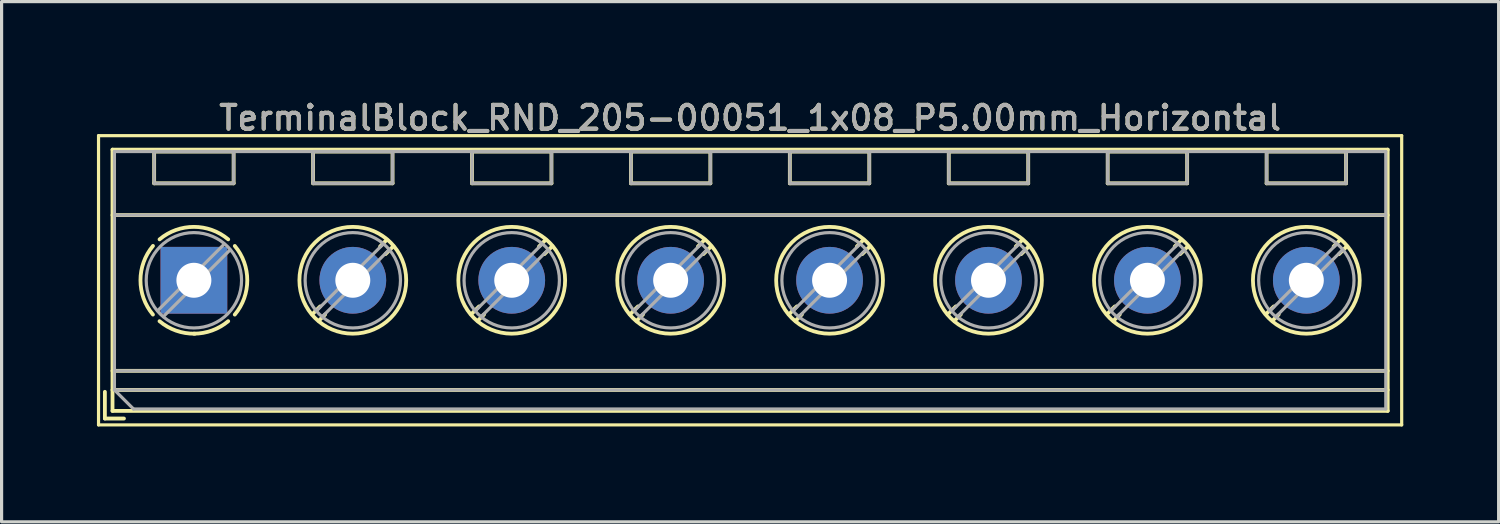
<source format=kicad_pcb>
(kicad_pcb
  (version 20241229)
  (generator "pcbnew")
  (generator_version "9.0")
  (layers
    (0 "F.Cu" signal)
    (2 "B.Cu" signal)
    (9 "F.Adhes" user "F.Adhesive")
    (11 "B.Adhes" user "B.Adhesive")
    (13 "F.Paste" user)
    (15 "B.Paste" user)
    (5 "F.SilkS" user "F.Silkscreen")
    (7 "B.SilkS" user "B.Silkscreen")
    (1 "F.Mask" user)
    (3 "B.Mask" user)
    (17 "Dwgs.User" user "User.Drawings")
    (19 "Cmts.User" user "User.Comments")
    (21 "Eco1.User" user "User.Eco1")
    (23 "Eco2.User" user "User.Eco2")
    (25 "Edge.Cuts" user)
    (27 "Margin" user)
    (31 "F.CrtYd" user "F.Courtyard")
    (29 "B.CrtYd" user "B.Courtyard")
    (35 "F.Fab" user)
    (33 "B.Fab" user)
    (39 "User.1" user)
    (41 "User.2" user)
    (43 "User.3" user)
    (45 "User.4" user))
  (footprint "TerminalBlock_RND_205-00051_1x08_P5.00mm_Horizontal"
    (layer "F.Cu")
    (at 3.05 5.768)
    (property "Reference" "TerminalBlock_RND_205-00051_1x08_P5.00mm_Horizontal" (at 17.5 -5.11 0) (layer "F.SilkS") (effects (font (size 0.75 0.75) (thickness 0.125))))
    (attr through_hole)
    (fp_line (start -3 -4.55) (end -3 4.55) (stroke (width 0.1) (type solid)) (layer "F.SilkS"))
    (fp_line (start -3 4.55) (end 38 4.55) (stroke (width 0.1) (type solid)) (layer "F.SilkS"))
    (fp_line (start -2.8 3.51) (end -2.8 4.35) (stroke (width 0.12) (type solid)) (layer "F.SilkS"))
    (fp_line (start -2.8 4.35) (end -2.2 4.35) (stroke (width 0.12) (type solid)) (layer "F.SilkS"))
    (fp_line (start -2.56 -4.11) (end -2.56 4.11) (stroke (width 0.12) (type solid)) (layer "F.SilkS"))
    (fp_line (start -2.56 -4.11) (end 37.56 -4.11) (stroke (width 0.12) (type solid)) (layer "F.SilkS"))
    (fp_line (start -2.56 -2.05) (end 37.56 -2.05) (stroke (width 0.12) (type solid)) (layer "F.SilkS"))
    (fp_line (start -2.56 2.85) (end 37.56 2.85) (stroke (width 0.12) (type solid)) (layer "F.SilkS"))
    (fp_line (start -2.56 3.45) (end 37.56 3.45) (stroke (width 0.12) (type solid)) (layer "F.SilkS"))
    (fp_line (start -2.56 4.11) (end 37.56 4.11) (stroke (width 0.12) (type solid)) (layer "F.SilkS"))
    (fp_line (start -1.25 -4.05) (end -1.25 -3.05) (stroke (width 0.12) (type solid)) (layer "F.SilkS"))
    (fp_line (start -1.25 -4.05) (end 1.25 -4.05) (stroke (width 0.12) (type solid)) (layer "F.SilkS"))
    (fp_line (start -1.25 -3.05) (end 1.25 -3.05) (stroke (width 0.12) (type solid)) (layer "F.SilkS"))
    (fp_line (start 1.25 -4.05) (end 1.25 -3.05) (stroke (width 0.12) (type solid)) (layer "F.SilkS"))
    (fp_line (start 3.75 -4.05) (end 3.75 -3.05) (stroke (width 0.12) (type solid)) (layer "F.SilkS"))
    (fp_line (start 3.75 -4.05) (end 6.25 -4.05) (stroke (width 0.12) (type solid)) (layer "F.SilkS"))
    (fp_line (start 3.75 -3.05) (end 6.25 -3.05) (stroke (width 0.12) (type solid)) (layer "F.SilkS"))
    (fp_line (start 3.972 0.823) (end 3.726 1.069) (stroke (width 0.12) (type solid)) (layer "F.SilkS"))
    (fp_line (start 4.13 1.075) (end 3.931 1.274) (stroke (width 0.12) (type solid)) (layer "F.SilkS"))
    (fp_line (start 6.07 -1.275) (end 5.859 -1.064) (stroke (width 0.12) (type solid)) (layer "F.SilkS"))
    (fp_line (start 6.25 -4.05) (end 6.25 -3.05) (stroke (width 0.12) (type solid)) (layer "F.SilkS"))
    (fp_line (start 6.275 -1.069) (end 6.029 -0.823) (stroke (width 0.12) (type solid)) (layer "F.SilkS"))
    (fp_line (start 8.75 -4.05) (end 8.75 -3.05) (stroke (width 0.12) (type solid)) (layer "F.SilkS"))
    (fp_line (start 8.75 -4.05) (end 11.25 -4.05) (stroke (width 0.12) (type solid)) (layer "F.SilkS"))
    (fp_line (start 8.75 -3.05) (end 11.25 -3.05) (stroke (width 0.12) (type solid)) (layer "F.SilkS"))
    (fp_line (start 8.972 0.823) (end 8.726 1.069) (stroke (width 0.12) (type solid)) (layer "F.SilkS"))
    (fp_line (start 9.13 1.075) (end 8.931 1.274) (stroke (width 0.12) (type solid)) (layer "F.SilkS"))
    (fp_line (start 11.07 -1.275) (end 10.859 -1.064) (stroke (width 0.12) (type solid)) (layer "F.SilkS"))
    (fp_line (start 11.25 -4.05) (end 11.25 -3.05) (stroke (width 0.12) (type solid)) (layer "F.SilkS"))
    (fp_line (start 11.275 -1.069) (end 11.029 -0.823) (stroke (width 0.12) (type solid)) (layer "F.SilkS"))
    (fp_line (start 13.75 -4.05) (end 13.75 -3.05) (stroke (width 0.12) (type solid)) (layer "F.SilkS"))
    (fp_line (start 13.75 -4.05) (end 16.25 -4.05) (stroke (width 0.12) (type solid)) (layer "F.SilkS"))
    (fp_line (start 13.75 -3.05) (end 16.25 -3.05) (stroke (width 0.12) (type solid)) (layer "F.SilkS"))
    (fp_line (start 13.972 0.823) (end 13.726 1.069) (stroke (width 0.12) (type solid)) (layer "F.SilkS"))
    (fp_line (start 14.13 1.075) (end 13.931 1.274) (stroke (width 0.12) (type solid)) (layer "F.SilkS"))
    (fp_line (start 16.07 -1.275) (end 15.859 -1.064) (stroke (width 0.12) (type solid)) (layer "F.SilkS"))
    (fp_line (start 16.25 -4.05) (end 16.25 -3.05) (stroke (width 0.12) (type solid)) (layer "F.SilkS"))
    (fp_line (start 16.275 -1.069) (end 16.029 -0.823) (stroke (width 0.12) (type solid)) (layer "F.SilkS"))
    (fp_line (start 18.75 -4.05) (end 18.75 -3.05) (stroke (width 0.12) (type solid)) (layer "F.SilkS"))
    (fp_line (start 18.75 -4.05) (end 21.25 -4.05) (stroke (width 0.12) (type solid)) (layer "F.SilkS"))
    (fp_line (start 18.75 -3.05) (end 21.25 -3.05) (stroke (width 0.12) (type solid)) (layer "F.SilkS"))
    (fp_line (start 18.972 0.823) (end 18.726 1.069) (stroke (width 0.12) (type solid)) (layer "F.SilkS"))
    (fp_line (start 19.13 1.075) (end 18.931 1.274) (stroke (width 0.12) (type solid)) (layer "F.SilkS"))
    (fp_line (start 21.07 -1.275) (end 20.859 -1.064) (stroke (width 0.12) (type solid)) (layer "F.SilkS"))
    (fp_line (start 21.25 -4.05) (end 21.25 -3.05) (stroke (width 0.12) (type solid)) (layer "F.SilkS"))
    (fp_line (start 21.275 -1.069) (end 21.029 -0.823) (stroke (width 0.12) (type solid)) (layer "F.SilkS"))
    (fp_line (start 23.75 -4.05) (end 23.75 -3.05) (stroke (width 0.12) (type solid)) (layer "F.SilkS"))
    (fp_line (start 23.75 -4.05) (end 26.25 -4.05) (stroke (width 0.12) (type solid)) (layer "F.SilkS"))
    (fp_line (start 23.75 -3.05) (end 26.25 -3.05) (stroke (width 0.12) (type solid)) (layer "F.SilkS"))
    (fp_line (start 23.972 0.823) (end 23.726 1.069) (stroke (width 0.12) (type solid)) (layer "F.SilkS"))
    (fp_line (start 24.13 1.075) (end 23.931 1.274) (stroke (width 0.12) (type solid)) (layer "F.SilkS"))
    (fp_line (start 26.07 -1.275) (end 25.859 -1.064) (stroke (width 0.12) (type solid)) (layer "F.SilkS"))
    (fp_line (start 26.25 -4.05) (end 26.25 -3.05) (stroke (width 0.12) (type solid)) (layer "F.SilkS"))
    (fp_line (start 26.275 -1.069) (end 26.029 -0.823) (stroke (width 0.12) (type solid)) (layer "F.SilkS"))
    (fp_line (start 28.75 -4.05) (end 28.75 -3.05) (stroke (width 0.12) (type solid)) (layer "F.SilkS"))
    (fp_line (start 28.75 -4.05) (end 31.25 -4.05) (stroke (width 0.12) (type solid)) (layer "F.SilkS"))
    (fp_line (start 28.75 -3.05) (end 31.25 -3.05) (stroke (width 0.12) (type solid)) (layer "F.SilkS"))
    (fp_line (start 28.972 0.823) (end 28.726 1.069) (stroke (width 0.12) (type solid)) (layer "F.SilkS"))
    (fp_line (start 29.13 1.075) (end 28.931 1.274) (stroke (width 0.12) (type solid)) (layer "F.SilkS"))
    (fp_line (start 31.07 -1.275) (end 30.859 -1.064) (stroke (width 0.12) (type solid)) (layer "F.SilkS"))
    (fp_line (start 31.25 -4.05) (end 31.25 -3.05) (stroke (width 0.12) (type solid)) (layer "F.SilkS"))
    (fp_line (start 31.275 -1.069) (end 31.029 -0.823) (stroke (width 0.12) (type solid)) (layer "F.SilkS"))
    (fp_line (start 33.75 -4.05) (end 33.75 -3.05) (stroke (width 0.12) (type solid)) (layer "F.SilkS"))
    (fp_line (start 33.75 -4.05) (end 36.25 -4.05) (stroke (width 0.12) (type solid)) (layer "F.SilkS"))
    (fp_line (start 33.75 -3.05) (end 36.25 -3.05) (stroke (width 0.12) (type solid)) (layer "F.SilkS"))
    (fp_line (start 33.972 0.823) (end 33.726 1.069) (stroke (width 0.12) (type solid)) (layer "F.SilkS"))
    (fp_line (start 34.13 1.075) (end 33.931 1.274) (stroke (width 0.12) (type solid)) (layer "F.SilkS"))
    (fp_line (start 36.07 -1.275) (end 35.859 -1.064) (stroke (width 0.12) (type solid)) (layer "F.SilkS"))
    (fp_line (start 36.25 -4.05) (end 36.25 -3.05) (stroke (width 0.12) (type solid)) (layer "F.SilkS"))
    (fp_line (start 36.275 -1.069) (end 36.029 -0.823) (stroke (width 0.12) (type solid)) (layer "F.SilkS"))
    (fp_line (start 37.56 -4.11) (end 37.56 4.11) (stroke (width 0.12) (type solid)) (layer "F.SilkS"))
    (fp_line (start 38 -4.55) (end -3 -4.55) (stroke (width 0.1) (type solid)) (layer "F.SilkS"))
    (fp_line (start 38 4.55) (end 38 -4.55) (stroke (width 0.1) (type solid)) (layer "F.SilkS"))
    (fp_arc (start -1.288062 1.079734) (mid -1.680752 -0.000826) (end -1.287 -1.081) (stroke (width 0.12) (type solid)) (layer "F.SilkS"))
    (fp_arc (start -1.079908 -1.287078) (mid 0.00006 -1.68011) (end 1.08 -1.287) (stroke (width 0.12) (type solid)) (layer "F.SilkS"))
    (fp_arc (start 0.028507 1.680511) (mid -0.561826 1.584071) (end -1.081 1.287) (stroke (width 0.12) (type solid)) (layer "F.SilkS"))
    (fp_arc (start 1.079883 1.286955) (mid 0.574594 1.578684) (end 0 1.68) (stroke (width 0.12) (type solid)) (layer "F.SilkS"))
    (fp_arc (start 1.287078 -1.079908) (mid 1.68011 0.00006) (end 1.287 1.08) (stroke (width 0.12) (type solid)) (layer "F.SilkS"))
    (fp_circle (center 5 0) (end 6.68 0) (stroke (width 0.12) (type solid)) (fill no) (layer "F.SilkS"))
    (fp_circle (center 10 0) (end 11.68 0) (stroke (width 0.12) (type solid)) (fill no) (layer "F.SilkS"))
    (fp_circle (center 15 0) (end 16.68 0) (stroke (width 0.12) (type solid)) (fill no) (layer "F.SilkS"))
    (fp_circle (center 20 0) (end 21.68 0) (stroke (width 0.12) (type solid)) (fill no) (layer "F.SilkS"))
    (fp_circle (center 25 0) (end 26.68 0) (stroke (width 0.12) (type solid)) (fill no) (layer "F.SilkS"))
    (fp_circle (center 30 0) (end 31.68 0) (stroke (width 0.12) (type solid)) (fill no) (layer "F.SilkS"))
    (fp_circle (center 35 0) (end 36.68 0) (stroke (width 0.12) (type solid)) (fill no) (layer "F.SilkS"))
    (fp_line (start -2.5 -4.05) (end 37.5 -4.05) (stroke (width 0.1) (type solid)) (layer "F.Fab"))
    (fp_line (start -2.5 -2.05) (end 37.5 -2.05) (stroke (width 0.1) (type solid)) (layer "F.Fab"))
    (fp_line (start -2.5 2.85) (end 37.5 2.85) (stroke (width 0.1) (type solid)) (layer "F.Fab"))
    (fp_line (start -2.5 3.45) (end -2.5 -4.05) (stroke (width 0.1) (type solid)) (layer "F.Fab"))
    (fp_line (start -2.5 3.45) (end 37.5 3.45) (stroke (width 0.1) (type solid)) (layer "F.Fab"))
    (fp_line (start -1.9 4.05) (end -2.5 3.45) (stroke (width 0.1) (type solid)) (layer "F.Fab"))
    (fp_line (start -1.25 -4.05) (end -1.25 -3.05) (stroke (width 0.1) (type solid)) (layer "F.Fab"))
    (fp_line (start -1.25 -3.05) (end 1.25 -3.05) (stroke (width 0.1) (type solid)) (layer "F.Fab"))
    (fp_line (start 0.955 -1.138) (end -1.138 0.955) (stroke (width 0.1) (type solid)) (layer "F.Fab"))
    (fp_line (start 1.138 -0.955) (end -0.955 1.138) (stroke (width 0.1) (type solid)) (layer "F.Fab"))
    (fp_line (start 1.25 -4.05) (end -1.25 -4.05) (stroke (width 0.1) (type solid)) (layer "F.Fab"))
    (fp_line (start 1.25 -3.05) (end 1.25 -4.05) (stroke (width 0.1) (type solid)) (layer "F.Fab"))
    (fp_line (start 3.75 -4.05) (end 3.75 -3.05) (stroke (width 0.1) (type solid)) (layer "F.Fab"))
    (fp_line (start 3.75 -3.05) (end 6.25 -3.05) (stroke (width 0.1) (type solid)) (layer "F.Fab"))
    (fp_line (start 5.955 -1.138) (end 3.863 0.955) (stroke (width 0.1) (type solid)) (layer "F.Fab"))
    (fp_line (start 6.138 -0.955) (end 4.046 1.138) (stroke (width 0.1) (type solid)) (layer "F.Fab"))
    (fp_line (start 6.25 -4.05) (end 3.75 -4.05) (stroke (width 0.1) (type solid)) (layer "F.Fab"))
    (fp_line (start 6.25 -3.05) (end 6.25 -4.05) (stroke (width 0.1) (type solid)) (layer "F.Fab"))
    (fp_line (start 8.75 -4.05) (end 8.75 -3.05) (stroke (width 0.1) (type solid)) (layer "F.Fab"))
    (fp_line (start 8.75 -3.05) (end 11.25 -3.05) (stroke (width 0.1) (type solid)) (layer "F.Fab"))
    (fp_line (start 10.955 -1.138) (end 8.863 0.955) (stroke (width 0.1) (type solid)) (layer "F.Fab"))
    (fp_line (start 11.138 -0.955) (end 9.046 1.138) (stroke (width 0.1) (type solid)) (layer "F.Fab"))
    (fp_line (start 11.25 -4.05) (end 8.75 -4.05) (stroke (width 0.1) (type solid)) (layer "F.Fab"))
    (fp_line (start 11.25 -3.05) (end 11.25 -4.05) (stroke (width 0.1) (type solid)) (layer "F.Fab"))
    (fp_line (start 13.75 -4.05) (end 13.75 -3.05) (stroke (width 0.1) (type solid)) (layer "F.Fab"))
    (fp_line (start 13.75 -3.05) (end 16.25 -3.05) (stroke (width 0.1) (type solid)) (layer "F.Fab"))
    (fp_line (start 15.955 -1.138) (end 13.863 0.955) (stroke (width 0.1) (type solid)) (layer "F.Fab"))
    (fp_line (start 16.138 -0.955) (end 14.046 1.138) (stroke (width 0.1) (type solid)) (layer "F.Fab"))
    (fp_line (start 16.25 -4.05) (end 13.75 -4.05) (stroke (width 0.1) (type solid)) (layer "F.Fab"))
    (fp_line (start 16.25 -3.05) (end 16.25 -4.05) (stroke (width 0.1) (type solid)) (layer "F.Fab"))
    (fp_line (start 18.75 -4.05) (end 18.75 -3.05) (stroke (width 0.1) (type solid)) (layer "F.Fab"))
    (fp_line (start 18.75 -3.05) (end 21.25 -3.05) (stroke (width 0.1) (type solid)) (layer "F.Fab"))
    (fp_line (start 20.955 -1.138) (end 18.863 0.955) (stroke (width 0.1) (type solid)) (layer "F.Fab"))
    (fp_line (start 21.138 -0.955) (end 19.046 1.138) (stroke (width 0.1) (type solid)) (layer "F.Fab"))
    (fp_line (start 21.25 -4.05) (end 18.75 -4.05) (stroke (width 0.1) (type solid)) (layer "F.Fab"))
    (fp_line (start 21.25 -3.05) (end 21.25 -4.05) (stroke (width 0.1) (type solid)) (layer "F.Fab"))
    (fp_line (start 23.75 -4.05) (end 23.75 -3.05) (stroke (width 0.1) (type solid)) (layer "F.Fab"))
    (fp_line (start 23.75 -3.05) (end 26.25 -3.05) (stroke (width 0.1) (type solid)) (layer "F.Fab"))
    (fp_line (start 25.955 -1.138) (end 23.863 0.955) (stroke (width 0.1) (type solid)) (layer "F.Fab"))
    (fp_line (start 26.138 -0.955) (end 24.046 1.138) (stroke (width 0.1) (type solid)) (layer "F.Fab"))
    (fp_line (start 26.25 -4.05) (end 23.75 -4.05) (stroke (width 0.1) (type solid)) (layer "F.Fab"))
    (fp_line (start 26.25 -3.05) (end 26.25 -4.05) (stroke (width 0.1) (type solid)) (layer "F.Fab"))
    (fp_line (start 28.75 -4.05) (end 28.75 -3.05) (stroke (width 0.1) (type solid)) (layer "F.Fab"))
    (fp_line (start 28.75 -3.05) (end 31.25 -3.05) (stroke (width 0.1) (type solid)) (layer "F.Fab"))
    (fp_line (start 30.955 -1.138) (end 28.863 0.955) (stroke (width 0.1) (type solid)) (layer "F.Fab"))
    (fp_line (start 31.138 -0.955) (end 29.046 1.138) (stroke (width 0.1) (type solid)) (layer "F.Fab"))
    (fp_line (start 31.25 -4.05) (end 28.75 -4.05) (stroke (width 0.1) (type solid)) (layer "F.Fab"))
    (fp_line (start 31.25 -3.05) (end 31.25 -4.05) (stroke (width 0.1) (type solid)) (layer "F.Fab"))
    (fp_line (start 33.75 -4.05) (end 33.75 -3.05) (stroke (width 0.1) (type solid)) (layer "F.Fab"))
    (fp_line (start 33.75 -3.05) (end 36.25 -3.05) (stroke (width 0.1) (type solid)) (layer "F.Fab"))
    (fp_line (start 35.955 -1.138) (end 33.863 0.955) (stroke (width 0.1) (type solid)) (layer "F.Fab"))
    (fp_line (start 36.138 -0.955) (end 34.046 1.138) (stroke (width 0.1) (type solid)) (layer "F.Fab"))
    (fp_line (start 36.25 -4.05) (end 33.75 -4.05) (stroke (width 0.1) (type solid)) (layer "F.Fab"))
    (fp_line (start 36.25 -3.05) (end 36.25 -4.05) (stroke (width 0.1) (type solid)) (layer "F.Fab"))
    (fp_line (start 37.5 -4.05) (end 37.5 4.05) (stroke (width 0.1) (type solid)) (layer "F.Fab"))
    (fp_line (start 37.5 4.05) (end -1.9 4.05) (stroke (width 0.1) (type solid)) (layer "F.Fab"))
    (fp_circle (center 0 0) (end 1.5 0) (stroke (width 0.1) (type solid)) (fill no) (layer "F.Fab"))
    (fp_circle (center 5 0) (end 6.5 0) (stroke (width 0.1) (type solid)) (fill no) (layer "F.Fab"))
    (fp_circle (center 10 0) (end 11.5 0) (stroke (width 0.1) (type solid)) (fill no) (layer "F.Fab"))
    (fp_circle (center 15 0) (end 16.5 0) (stroke (width 0.1) (type solid)) (fill no) (layer "F.Fab"))
    (fp_circle (center 20 0) (end 21.5 0) (stroke (width 0.1) (type solid)) (fill no) (layer "F.Fab"))
    (fp_circle (center 25 0) (end 26.5 0) (stroke (width 0.1) (type solid)) (fill no) (layer "F.Fab"))
    (fp_circle (center 30 0) (end 31.5 0) (stroke (width 0.1) (type solid)) (fill no) (layer "F.Fab"))
    (fp_circle (center 35 0) (end 36.5 0) (stroke (width 0.1) (type solid)) (fill no) (layer "F.Fab"))
    (fp_text user "${REFERENCE}" (at 17.5 -5.11 0) (layer "F.Fab") (effects (font (size 0.75 0.75) (thickness 0.125))))
    (pad "1" thru_hole rect (at 0 0) (size 2.1 2.1) (drill 1.1) (layers "*.Cu" "*.Mask"))
    (pad "2" thru_hole circle (at 5 0) (size 2.1 2.1) (drill 1.1) (layers "*.Cu" "*.Mask"))
    (pad "3" thru_hole circle (at 10 0) (size 2.1 2.1) (drill 1.1) (layers "*.Cu" "*.Mask"))
    (pad "4" thru_hole circle (at 15 0) (size 2.1 2.1) (drill 1.1) (layers "*.Cu" "*.Mask"))
    (pad "5" thru_hole circle (at 20 0) (size 2.1 2.1) (drill 1.1) (layers "*.Cu" "*.Mask"))
    (pad "6" thru_hole circle (at 25 0) (size 2.1 2.1) (drill 1.1) (layers "*.Cu" "*.Mask"))
    (pad "7" thru_hole circle (at 30 0) (size 2.1 2.1) (drill 1.1) (layers "*.Cu" "*.Mask"))
    (pad "8" thru_hole circle (at 35 0) (size 2.1 2.1) (drill 1.1) (layers "*.Cu" "*.Mask")))
  (gr_rect
    (start -3 -3)
    (end 44.1 13.368)
    (stroke (width 0.1) (type default))
    (fill no)
    (layer "Edge.Cuts")))
</source>
